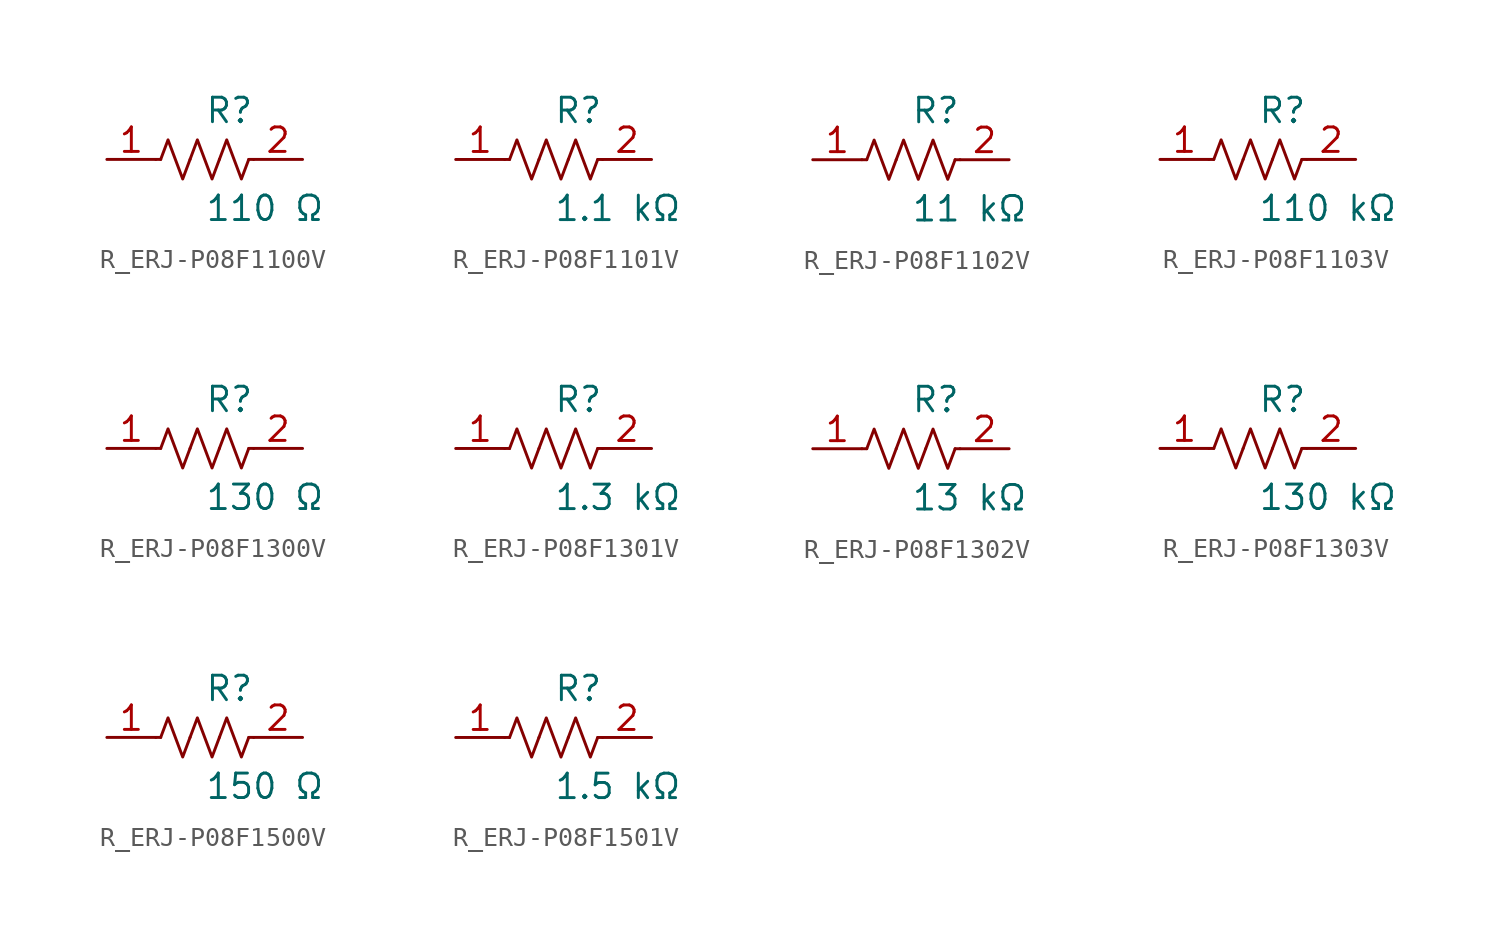
<source format=kicad_sym>
(kicad_symbol_lib
  (version 20231120)
  (generator kicad_symbol_editor)
  (generator_version 8.0)
  (symbol "R_ERJ-P08F1100V"
    (pin_names
      (offset 0.254))
    (property "Reference" "R"
      (at 0.0 2.54 0)
      (effects (font (size 1.27 1.27)) (justify left)))
    (property "Value" "110 Ω"
      (at 0.0 -2.54 0)
      (effects (font (size 1.27 1.27)) (justify left)))
    (symbol "R_ERJ-P08F1100V_0_1"
      (polyline (pts (xy 2.286 0) (xy 2.54 0)) (stroke (width 0) (type default)) (fill (type none)))
      (polyline (pts (xy -2.286 0) (xy -2.54 0)) (stroke (width 0) (type default)) (fill (type none)))
      (polyline (pts (xy 0.762 0) (xy 1.143 1.016) (xy 1.524 0) (xy 1.905 -1.016) (xy 2.286 0)) (stroke (width 0) (type default)) (fill (type none)))
      (polyline (pts (xy -0.762 0) (xy -0.381 1.016) (xy 0 0) (xy 0.381 -1.016) (xy 0.762 0)) (stroke (width 0) (type default)) (fill (type none)))
      (polyline (pts (xy -2.286 0) (xy -1.905 1.016) (xy -1.524 0) (xy -1.143 -1.016) (xy -0.762 0)) (stroke (width 0) (type default)) (fill (type none))))
    (pin unspecified line
      (at -5.08 0 0)
      (length 2.54)
      (name "" (effects (font (size 1.27 1.27))))
      (number "1" (effects (font (size 1.27 1.27)))))
    (pin unspecified line
      (at 5.08 0 180)
      (length 2.54)
      (name "" (effects (font (size 1.27 1.27))))
      (number "2" (effects (font (size 1.27 1.27))))))
  (symbol "R_ERJ-P08F1101V"
    (pin_names
      (offset 0.254))
    (property "Reference" "R"
      (at 0.0 2.54 0)
      (effects (font (size 1.27 1.27)) (justify left)))
    (property "Value" "1.1 kΩ"
      (at 0.0 -2.54 0)
      (effects (font (size 1.27 1.27)) (justify left)))
    (symbol "R_ERJ-P08F1101V_0_1"
      (polyline (pts (xy 2.286 0) (xy 2.54 0)) (stroke (width 0) (type default)) (fill (type none)))
      (polyline (pts (xy -2.286 0) (xy -2.54 0)) (stroke (width 0) (type default)) (fill (type none)))
      (polyline (pts (xy 0.762 0) (xy 1.143 1.016) (xy 1.524 0) (xy 1.905 -1.016) (xy 2.286 0)) (stroke (width 0) (type default)) (fill (type none)))
      (polyline (pts (xy -0.762 0) (xy -0.381 1.016) (xy 0 0) (xy 0.381 -1.016) (xy 0.762 0)) (stroke (width 0) (type default)) (fill (type none)))
      (polyline (pts (xy -2.286 0) (xy -1.905 1.016) (xy -1.524 0) (xy -1.143 -1.016) (xy -0.762 0)) (stroke (width 0) (type default)) (fill (type none))))
    (pin unspecified line
      (at -5.08 0 0)
      (length 2.54)
      (name "" (effects (font (size 1.27 1.27))))
      (number "1" (effects (font (size 1.27 1.27)))))
    (pin unspecified line
      (at 5.08 0 180)
      (length 2.54)
      (name "" (effects (font (size 1.27 1.27))))
      (number "2" (effects (font (size 1.27 1.27))))))
  (symbol "R_ERJ-P08F1102V"
    (pin_names
      (offset 0.254))
    (property "Reference" "R"
      (at 0.0 2.54 0)
      (effects (font (size 1.27 1.27)) (justify left)))
    (property "Value" "11 kΩ"
      (at 0.0 -2.54 0)
      (effects (font (size 1.27 1.27)) (justify left)))
    (symbol "R_ERJ-P08F1102V_0_1"
      (polyline (pts (xy 2.286 0) (xy 2.54 0)) (stroke (width 0) (type default)) (fill (type none)))
      (polyline (pts (xy -2.286 0) (xy -2.54 0)) (stroke (width 0) (type default)) (fill (type none)))
      (polyline (pts (xy 0.762 0) (xy 1.143 1.016) (xy 1.524 0) (xy 1.905 -1.016) (xy 2.286 0)) (stroke (width 0) (type default)) (fill (type none)))
      (polyline (pts (xy -0.762 0) (xy -0.381 1.016) (xy 0 0) (xy 0.381 -1.016) (xy 0.762 0)) (stroke (width 0) (type default)) (fill (type none)))
      (polyline (pts (xy -2.286 0) (xy -1.905 1.016) (xy -1.524 0) (xy -1.143 -1.016) (xy -0.762 0)) (stroke (width 0) (type default)) (fill (type none))))
    (pin unspecified line
      (at -5.08 0 0)
      (length 2.54)
      (name "" (effects (font (size 1.27 1.27))))
      (number "1" (effects (font (size 1.27 1.27)))))
    (pin unspecified line
      (at 5.08 0 180)
      (length 2.54)
      (name "" (effects (font (size 1.27 1.27))))
      (number "2" (effects (font (size 1.27 1.27))))))
  (symbol "R_ERJ-P08F1103V"
    (pin_names
      (offset 0.254))
    (property "Reference" "R"
      (at 0.0 2.54 0)
      (effects (font (size 1.27 1.27)) (justify left)))
    (property "Value" "110 kΩ"
      (at 0.0 -2.54 0)
      (effects (font (size 1.27 1.27)) (justify left)))
    (symbol "R_ERJ-P08F1103V_0_1"
      (polyline (pts (xy 2.286 0) (xy 2.54 0)) (stroke (width 0) (type default)) (fill (type none)))
      (polyline (pts (xy -2.286 0) (xy -2.54 0)) (stroke (width 0) (type default)) (fill (type none)))
      (polyline (pts (xy 0.762 0) (xy 1.143 1.016) (xy 1.524 0) (xy 1.905 -1.016) (xy 2.286 0)) (stroke (width 0) (type default)) (fill (type none)))
      (polyline (pts (xy -0.762 0) (xy -0.381 1.016) (xy 0 0) (xy 0.381 -1.016) (xy 0.762 0)) (stroke (width 0) (type default)) (fill (type none)))
      (polyline (pts (xy -2.286 0) (xy -1.905 1.016) (xy -1.524 0) (xy -1.143 -1.016) (xy -0.762 0)) (stroke (width 0) (type default)) (fill (type none))))
    (pin unspecified line
      (at -5.08 0 0)
      (length 2.54)
      (name "" (effects (font (size 1.27 1.27))))
      (number "1" (effects (font (size 1.27 1.27)))))
    (pin unspecified line
      (at 5.08 0 180)
      (length 2.54)
      (name "" (effects (font (size 1.27 1.27))))
      (number "2" (effects (font (size 1.27 1.27))))))
  (symbol "R_ERJ-P08F1300V"
    (pin_names
      (offset 0.254))
    (property "Reference" "R"
      (at 0.0 2.54 0)
      (effects (font (size 1.27 1.27)) (justify left)))
    (property "Value" "130 Ω"
      (at 0.0 -2.54 0)
      (effects (font (size 1.27 1.27)) (justify left)))
    (symbol "R_ERJ-P08F1300V_0_1"
      (polyline (pts (xy 2.286 0) (xy 2.54 0)) (stroke (width 0) (type default)) (fill (type none)))
      (polyline (pts (xy -2.286 0) (xy -2.54 0)) (stroke (width 0) (type default)) (fill (type none)))
      (polyline (pts (xy 0.762 0) (xy 1.143 1.016) (xy 1.524 0) (xy 1.905 -1.016) (xy 2.286 0)) (stroke (width 0) (type default)) (fill (type none)))
      (polyline (pts (xy -0.762 0) (xy -0.381 1.016) (xy 0 0) (xy 0.381 -1.016) (xy 0.762 0)) (stroke (width 0) (type default)) (fill (type none)))
      (polyline (pts (xy -2.286 0) (xy -1.905 1.016) (xy -1.524 0) (xy -1.143 -1.016) (xy -0.762 0)) (stroke (width 0) (type default)) (fill (type none))))
    (pin unspecified line
      (at -5.08 0 0)
      (length 2.54)
      (name "" (effects (font (size 1.27 1.27))))
      (number "1" (effects (font (size 1.27 1.27)))))
    (pin unspecified line
      (at 5.08 0 180)
      (length 2.54)
      (name "" (effects (font (size 1.27 1.27))))
      (number "2" (effects (font (size 1.27 1.27))))))
  (symbol "R_ERJ-P08F1301V"
    (pin_names
      (offset 0.254))
    (property "Reference" "R"
      (at 0.0 2.54 0)
      (effects (font (size 1.27 1.27)) (justify left)))
    (property "Value" "1.3 kΩ"
      (at 0.0 -2.54 0)
      (effects (font (size 1.27 1.27)) (justify left)))
    (symbol "R_ERJ-P08F1301V_0_1"
      (polyline (pts (xy 2.286 0) (xy 2.54 0)) (stroke (width 0) (type default)) (fill (type none)))
      (polyline (pts (xy -2.286 0) (xy -2.54 0)) (stroke (width 0) (type default)) (fill (type none)))
      (polyline (pts (xy 0.762 0) (xy 1.143 1.016) (xy 1.524 0) (xy 1.905 -1.016) (xy 2.286 0)) (stroke (width 0) (type default)) (fill (type none)))
      (polyline (pts (xy -0.762 0) (xy -0.381 1.016) (xy 0 0) (xy 0.381 -1.016) (xy 0.762 0)) (stroke (width 0) (type default)) (fill (type none)))
      (polyline (pts (xy -2.286 0) (xy -1.905 1.016) (xy -1.524 0) (xy -1.143 -1.016) (xy -0.762 0)) (stroke (width 0) (type default)) (fill (type none))))
    (pin unspecified line
      (at -5.08 0 0)
      (length 2.54)
      (name "" (effects (font (size 1.27 1.27))))
      (number "1" (effects (font (size 1.27 1.27)))))
    (pin unspecified line
      (at 5.08 0 180)
      (length 2.54)
      (name "" (effects (font (size 1.27 1.27))))
      (number "2" (effects (font (size 1.27 1.27))))))
  (symbol "R_ERJ-P08F1302V"
    (pin_names
      (offset 0.254))
    (property "Reference" "R"
      (at 0.0 2.54 0)
      (effects (font (size 1.27 1.27)) (justify left)))
    (property "Value" "13 kΩ"
      (at 0.0 -2.54 0)
      (effects (font (size 1.27 1.27)) (justify left)))
    (symbol "R_ERJ-P08F1302V_0_1"
      (polyline (pts (xy 2.286 0) (xy 2.54 0)) (stroke (width 0) (type default)) (fill (type none)))
      (polyline (pts (xy -2.286 0) (xy -2.54 0)) (stroke (width 0) (type default)) (fill (type none)))
      (polyline (pts (xy 0.762 0) (xy 1.143 1.016) (xy 1.524 0) (xy 1.905 -1.016) (xy 2.286 0)) (stroke (width 0) (type default)) (fill (type none)))
      (polyline (pts (xy -0.762 0) (xy -0.381 1.016) (xy 0 0) (xy 0.381 -1.016) (xy 0.762 0)) (stroke (width 0) (type default)) (fill (type none)))
      (polyline (pts (xy -2.286 0) (xy -1.905 1.016) (xy -1.524 0) (xy -1.143 -1.016) (xy -0.762 0)) (stroke (width 0) (type default)) (fill (type none))))
    (pin unspecified line
      (at -5.08 0 0)
      (length 2.54)
      (name "" (effects (font (size 1.27 1.27))))
      (number "1" (effects (font (size 1.27 1.27)))))
    (pin unspecified line
      (at 5.08 0 180)
      (length 2.54)
      (name "" (effects (font (size 1.27 1.27))))
      (number "2" (effects (font (size 1.27 1.27))))))
  (symbol "R_ERJ-P08F1303V"
    (pin_names
      (offset 0.254))
    (property "Reference" "R"
      (at 0.0 2.54 0)
      (effects (font (size 1.27 1.27)) (justify left)))
    (property "Value" "130 kΩ"
      (at 0.0 -2.54 0)
      (effects (font (size 1.27 1.27)) (justify left)))
    (symbol "R_ERJ-P08F1303V_0_1"
      (polyline (pts (xy 2.286 0) (xy 2.54 0)) (stroke (width 0) (type default)) (fill (type none)))
      (polyline (pts (xy -2.286 0) (xy -2.54 0)) (stroke (width 0) (type default)) (fill (type none)))
      (polyline (pts (xy 0.762 0) (xy 1.143 1.016) (xy 1.524 0) (xy 1.905 -1.016) (xy 2.286 0)) (stroke (width 0) (type default)) (fill (type none)))
      (polyline (pts (xy -0.762 0) (xy -0.381 1.016) (xy 0 0) (xy 0.381 -1.016) (xy 0.762 0)) (stroke (width 0) (type default)) (fill (type none)))
      (polyline (pts (xy -2.286 0) (xy -1.905 1.016) (xy -1.524 0) (xy -1.143 -1.016) (xy -0.762 0)) (stroke (width 0) (type default)) (fill (type none))))
    (pin unspecified line
      (at -5.08 0 0)
      (length 2.54)
      (name "" (effects (font (size 1.27 1.27))))
      (number "1" (effects (font (size 1.27 1.27)))))
    (pin unspecified line
      (at 5.08 0 180)
      (length 2.54)
      (name "" (effects (font (size 1.27 1.27))))
      (number "2" (effects (font (size 1.27 1.27))))))
  (symbol "R_ERJ-P08F1500V"
    (pin_names
      (offset 0.254))
    (property "Reference" "R"
      (at 0.0 2.54 0)
      (effects (font (size 1.27 1.27)) (justify left)))
    (property "Value" "150 Ω"
      (at 0.0 -2.54 0)
      (effects (font (size 1.27 1.27)) (justify left)))
    (symbol "R_ERJ-P08F1500V_0_1"
      (polyline (pts (xy 2.286 0) (xy 2.54 0)) (stroke (width 0) (type default)) (fill (type none)))
      (polyline (pts (xy -2.286 0) (xy -2.54 0)) (stroke (width 0) (type default)) (fill (type none)))
      (polyline (pts (xy 0.762 0) (xy 1.143 1.016) (xy 1.524 0) (xy 1.905 -1.016) (xy 2.286 0)) (stroke (width 0) (type default)) (fill (type none)))
      (polyline (pts (xy -0.762 0) (xy -0.381 1.016) (xy 0 0) (xy 0.381 -1.016) (xy 0.762 0)) (stroke (width 0) (type default)) (fill (type none)))
      (polyline (pts (xy -2.286 0) (xy -1.905 1.016) (xy -1.524 0) (xy -1.143 -1.016) (xy -0.762 0)) (stroke (width 0) (type default)) (fill (type none))))
    (pin unspecified line
      (at -5.08 0 0)
      (length 2.54)
      (name "" (effects (font (size 1.27 1.27))))
      (number "1" (effects (font (size 1.27 1.27)))))
    (pin unspecified line
      (at 5.08 0 180)
      (length 2.54)
      (name "" (effects (font (size 1.27 1.27))))
      (number "2" (effects (font (size 1.27 1.27))))))
  (symbol "R_ERJ-P08F1501V"
    (pin_names
      (offset 0.254))
    (property "Reference" "R"
      (at 0.0 2.54 0)
      (effects (font (size 1.27 1.27)) (justify left)))
    (property "Value" "1.5 kΩ"
      (at 0.0 -2.54 0)
      (effects (font (size 1.27 1.27)) (justify left)))
    (symbol "R_ERJ-P08F1501V_0_1"
      (polyline (pts (xy 2.286 0) (xy 2.54 0)) (stroke (width 0) (type default)) (fill (type none)))
      (polyline (pts (xy -2.286 0) (xy -2.54 0)) (stroke (width 0) (type default)) (fill (type none)))
      (polyline (pts (xy 0.762 0) (xy 1.143 1.016) (xy 1.524 0) (xy 1.905 -1.016) (xy 2.286 0)) (stroke (width 0) (type default)) (fill (type none)))
      (polyline (pts (xy -0.762 0) (xy -0.381 1.016) (xy 0 0) (xy 0.381 -1.016) (xy 0.762 0)) (stroke (width 0) (type default)) (fill (type none)))
      (polyline (pts (xy -2.286 0) (xy -1.905 1.016) (xy -1.524 0) (xy -1.143 -1.016) (xy -0.762 0)) (stroke (width 0) (type default)) (fill (type none))))
    (pin unspecified line
      (at -5.08 0 0)
      (length 2.54)
      (name "" (effects (font (size 1.27 1.27))))
      (number "1" (effects (font (size 1.27 1.27)))))
    (pin unspecified line
      (at 5.08 0 180)
      (length 2.54)
      (name "" (effects (font (size 1.27 1.27))))
      (number "2" (effects (font (size 1.27 1.27)))))))
</source>
